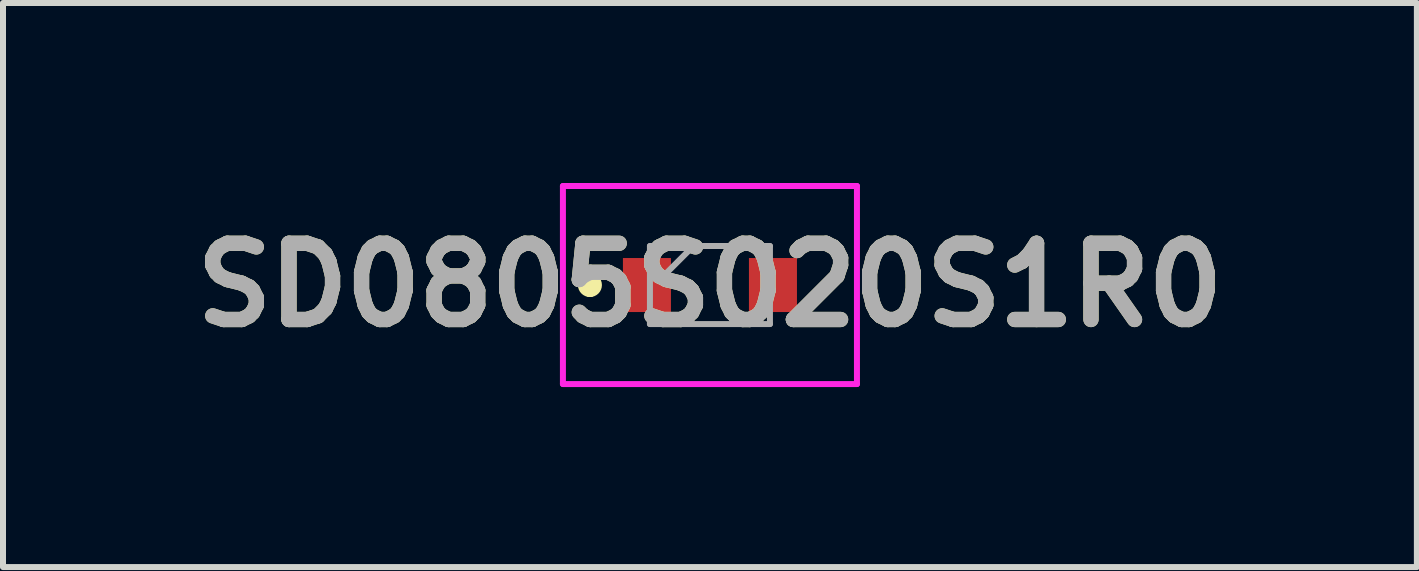
<source format=kicad_pcb>
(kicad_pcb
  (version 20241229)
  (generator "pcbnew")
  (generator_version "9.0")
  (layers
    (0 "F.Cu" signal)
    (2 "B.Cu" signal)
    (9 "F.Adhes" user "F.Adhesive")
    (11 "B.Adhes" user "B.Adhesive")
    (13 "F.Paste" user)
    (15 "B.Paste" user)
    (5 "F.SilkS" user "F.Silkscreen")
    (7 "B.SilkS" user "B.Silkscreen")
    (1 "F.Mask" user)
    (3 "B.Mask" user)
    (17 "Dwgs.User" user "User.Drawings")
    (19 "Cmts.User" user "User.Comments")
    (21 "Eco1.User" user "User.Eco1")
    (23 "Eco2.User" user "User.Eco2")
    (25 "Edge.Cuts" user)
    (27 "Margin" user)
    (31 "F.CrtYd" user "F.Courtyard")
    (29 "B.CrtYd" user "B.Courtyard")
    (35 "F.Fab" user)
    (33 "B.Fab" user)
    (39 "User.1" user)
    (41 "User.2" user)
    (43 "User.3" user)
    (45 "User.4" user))
  (footprint "SD0805S020S1R0"
    (layer "F.Cu")
    (at 8.781 1.7)
    (property "Reference" "SD0805S020S1R0" (at 0 0 0) (layer "F.SilkS") (effects (font (size 1.27 1.27) (thickness 0.254))))
    (attr smd)
    (fp_line (start -2 -0.1) (end -2 -0.1) (stroke (width 0.2) (type solid)) (layer "F.SilkS"))
    (fp_line (start -2 0.1) (end -2 0.1) (stroke (width 0.2) (type solid)) (layer "F.SilkS"))
    (fp_arc (start -2 -0.1) (mid -1.9 0) (end -2 0.1) (stroke (width 0.2) (type solid)) (layer "F.SilkS"))
    (fp_arc (start -2 0.1) (mid -2.1 0) (end -2 -0.1) (stroke (width 0.2) (type solid)) (layer "F.SilkS"))
    (fp_line (start -2.45 -1.65) (end 2.45 -1.65) (stroke (width 0.1) (type solid)) (layer "F.CrtYd"))
    (fp_line (start -2.45 1.65) (end -2.45 -1.65) (stroke (width 0.1) (type solid)) (layer "F.CrtYd"))
    (fp_line (start 2.45 -1.65) (end 2.45 1.65) (stroke (width 0.1) (type solid)) (layer "F.CrtYd"))
    (fp_line (start 2.45 1.65) (end -2.45 1.65) (stroke (width 0.1) (type solid)) (layer "F.CrtYd"))
    (fp_line (start -1 -0.65) (end 1 -0.65) (stroke (width 0.1) (type solid)) (layer "F.Fab"))
    (fp_line (start -1 0.65) (end -1 -0.65) (stroke (width 0.1) (type solid)) (layer "F.Fab"))
    (fp_line (start -0.8 -0.125) (end -0.275 -0.65) (stroke (width 0.1) (type solid)) (layer "F.Fab"))
    (fp_line (start 1 -0.65) (end 1 0.65) (stroke (width 0.1) (type solid)) (layer "F.Fab"))
    (fp_line (start 1 0.65) (end -1 0.65) (stroke (width 0.1) (type solid)) (layer "F.Fab"))
    (fp_text user "${REFERENCE}" (at 0 0 0) (layer "F.Fab") (effects (font (size 1.27 1.27) (thickness 0.254))))
    (pad "1" smd rect (at -1.05 0) (size 0.8 0.9) (layers "F.Cu" "F.Mask" "F.Paste"))
    (pad "2" smd rect (at 1.05 0) (size 0.8 0.9) (layers "F.Cu" "F.Mask" "F.Paste")))
  (gr_rect
    (start -3 -3)
    (end 20.562 6.4)
    (stroke (width 0.1) (type default))
    (fill no)
    (layer "Edge.Cuts")))
</source>
